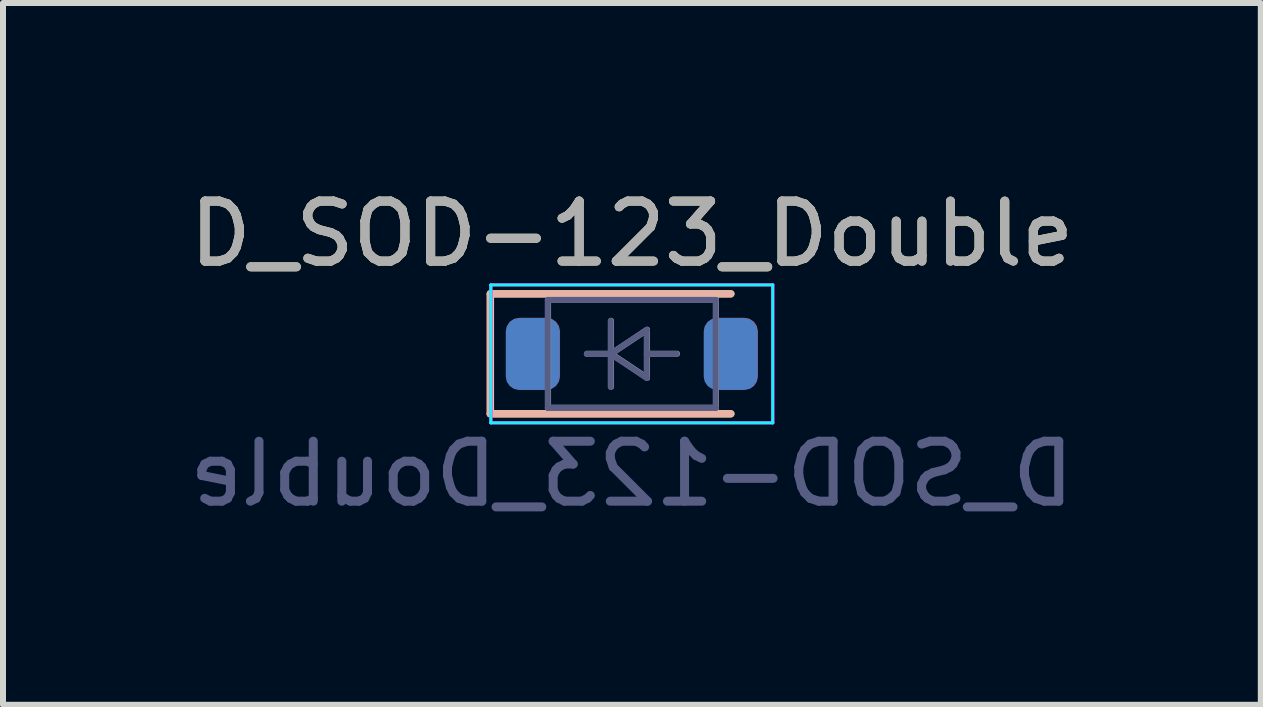
<source format=kicad_pcb>
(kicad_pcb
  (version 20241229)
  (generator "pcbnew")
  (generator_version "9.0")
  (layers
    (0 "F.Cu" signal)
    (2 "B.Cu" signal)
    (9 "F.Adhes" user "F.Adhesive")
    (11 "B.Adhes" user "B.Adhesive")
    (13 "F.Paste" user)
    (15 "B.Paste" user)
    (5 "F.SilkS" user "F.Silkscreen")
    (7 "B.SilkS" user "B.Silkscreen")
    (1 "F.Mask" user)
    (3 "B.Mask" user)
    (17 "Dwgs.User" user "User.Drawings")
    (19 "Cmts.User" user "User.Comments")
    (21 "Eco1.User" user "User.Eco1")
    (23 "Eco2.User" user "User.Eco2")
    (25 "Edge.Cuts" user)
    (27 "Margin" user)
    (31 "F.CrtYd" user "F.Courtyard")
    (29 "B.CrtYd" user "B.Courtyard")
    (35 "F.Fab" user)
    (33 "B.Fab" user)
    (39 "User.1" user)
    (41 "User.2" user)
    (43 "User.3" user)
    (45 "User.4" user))
  (footprint "D_SOD-123_Double"
    (layer "F.Cu")
    (at 7.487 2.848)
    (property "Reference" "D_SOD-123_Double" (at 0 -2 0) (layer "F.SilkS") (effects (font (size 1 1) (thickness 0.15))))
    (attr smd)
    (fp_line (start -2.36 -1) (end -2.36 1) (stroke (width 0.12) (type solid)) (layer "F.SilkS"))
    (fp_line (start -2.36 -1) (end 1.65 -1) (stroke (width 0.12) (type solid)) (layer "F.SilkS"))
    (fp_line (start -2.36 1) (end 1.65 1) (stroke (width 0.12) (type solid)) (layer "F.SilkS"))
    (fp_line (start -2.365 -0.997) (end 1.645 -0.997) (stroke (width 0.12) (type solid)) (layer "B.SilkS"))
    (fp_line (start -2.365 1.003) (end -2.365 -0.997) (stroke (width 0.12) (type solid)) (layer "B.SilkS"))
    (fp_line (start -2.365 1.003) (end 1.645 1.003) (stroke (width 0.12) (type solid)) (layer "B.SilkS"))
    (fp_line (start -2.355 1.153) (end -2.355 -1.147) (stroke (width 0.05) (type solid)) (layer "B.CrtYd"))
    (fp_line (start -2.355 1.153) (end 2.345 1.153) (stroke (width 0.05) (type solid)) (layer "B.CrtYd"))
    (fp_line (start 2.345 -1.147) (end -2.355 -1.147) (stroke (width 0.05) (type solid)) (layer "B.CrtYd"))
    (fp_line (start 2.345 1.153) (end 2.345 -1.147) (stroke (width 0.05) (type solid)) (layer "B.CrtYd"))
    (fp_line (start -2.35 -1.15) (end -2.35 1.15) (stroke (width 0.05) (type solid)) (layer "F.CrtYd"))
    (fp_line (start -2.35 -1.15) (end 2.35 -1.15) (stroke (width 0.05) (type solid)) (layer "F.CrtYd"))
    (fp_line (start 2.35 -1.15) (end 2.35 1.15) (stroke (width 0.05) (type solid)) (layer "F.CrtYd"))
    (fp_line (start 2.35 1.15) (end -2.35 1.15) (stroke (width 0.05) (type solid)) (layer "F.CrtYd"))
    (fp_line (start -1.405 -0.897) (end -1.405 0.903) (stroke (width 0.1) (type solid)) (layer "B.Fab"))
    (fp_line (start -1.405 0.903) (end 1.395 0.903) (stroke (width 0.1) (type solid)) (layer "B.Fab"))
    (fp_line (start -0.755 0.003) (end -0.355 0.003) (stroke (width 0.1) (type solid)) (layer "B.Fab"))
    (fp_line (start -0.355 0.003) (end -0.355 -0.547) (stroke (width 0.1) (type solid)) (layer "B.Fab"))
    (fp_line (start -0.355 0.003) (end -0.355 0.553) (stroke (width 0.1) (type solid)) (layer "B.Fab"))
    (fp_line (start -0.355 0.003) (end 0.245 0.403) (stroke (width 0.1) (type solid)) (layer "B.Fab"))
    (fp_line (start 0.245 -0.397) (end -0.355 0.003) (stroke (width 0.1) (type solid)) (layer "B.Fab"))
    (fp_line (start 0.245 0.003) (end 0.745 0.003) (stroke (width 0.1) (type solid)) (layer "B.Fab"))
    (fp_line (start 0.245 0.403) (end 0.245 -0.397) (stroke (width 0.1) (type solid)) (layer "B.Fab"))
    (fp_line (start 1.395 -0.897) (end -1.405 -0.897) (stroke (width 0.1) (type solid)) (layer "B.Fab"))
    (fp_line (start 1.395 0.903) (end 1.395 -0.897) (stroke (width 0.1) (type solid)) (layer "B.Fab"))
    (fp_line (start -1.4 -0.9) (end 1.4 -0.9) (stroke (width 0.1) (type solid)) (layer "F.Fab"))
    (fp_line (start -1.4 0.9) (end -1.4 -0.9) (stroke (width 0.1) (type solid)) (layer "F.Fab"))
    (fp_line (start -0.75 0) (end -0.35 0) (stroke (width 0.1) (type solid)) (layer "F.Fab"))
    (fp_line (start -0.35 0) (end -0.35 -0.55) (stroke (width 0.1) (type solid)) (layer "F.Fab"))
    (fp_line (start -0.35 0) (end -0.35 0.55) (stroke (width 0.1) (type solid)) (layer "F.Fab"))
    (fp_line (start -0.35 0) (end 0.25 -0.4) (stroke (width 0.1) (type solid)) (layer "F.Fab"))
    (fp_line (start 0.25 -0.4) (end 0.25 0.4) (stroke (width 0.1) (type solid)) (layer "F.Fab"))
    (fp_line (start 0.25 0) (end 0.75 0) (stroke (width 0.1) (type solid)) (layer "F.Fab"))
    (fp_line (start 0.25 0.4) (end -0.35 0) (stroke (width 0.1) (type solid)) (layer "F.Fab"))
    (fp_line (start 1.4 -0.9) (end 1.4 0.9) (stroke (width 0.1) (type solid)) (layer "F.Fab"))
    (fp_line (start 1.4 0.9) (end -1.4 0.9) (stroke (width 0.1) (type solid)) (layer "F.Fab"))
    (fp_text user "${REFERENCE}" (at -0.005 2.003 180) (layer "B.Fab") (effects (font (size 1 1) (thickness 0.15)) (justify mirror)))
    (fp_text user "${REFERENCE}" (at 0 -2 0) (layer "F.Fab") (effects (font (size 1 1) (thickness 0.15))))
    (pad "1" smd roundrect (at -1.655 0.003 180) (size 0.9 1.2) (layers "B.Cu" "B.Mask" "B.Paste") (roundrect_rratio 0.25))
    (pad "1" smd roundrect (at -1.65 0) (size 0.9 1.2) (layers "F.Cu" "F.Mask" "F.Paste") (roundrect_rratio 0.25))
    (pad "2" smd roundrect (at 1.645 0.003 180) (size 0.9 1.2) (layers "B.Cu" "B.Mask" "B.Paste") (roundrect_rratio 0.25))
    (pad "2" smd roundrect (at 1.65 0) (size 0.9 1.2) (layers "F.Cu" "F.Mask" "F.Paste") (roundrect_rratio 0.25)))
  (gr_rect
    (start -3 -3)
    (end 17.97 8.7)
    (stroke (width 0.1) (type default))
    (fill no)
    (layer "Edge.Cuts")))
</source>
